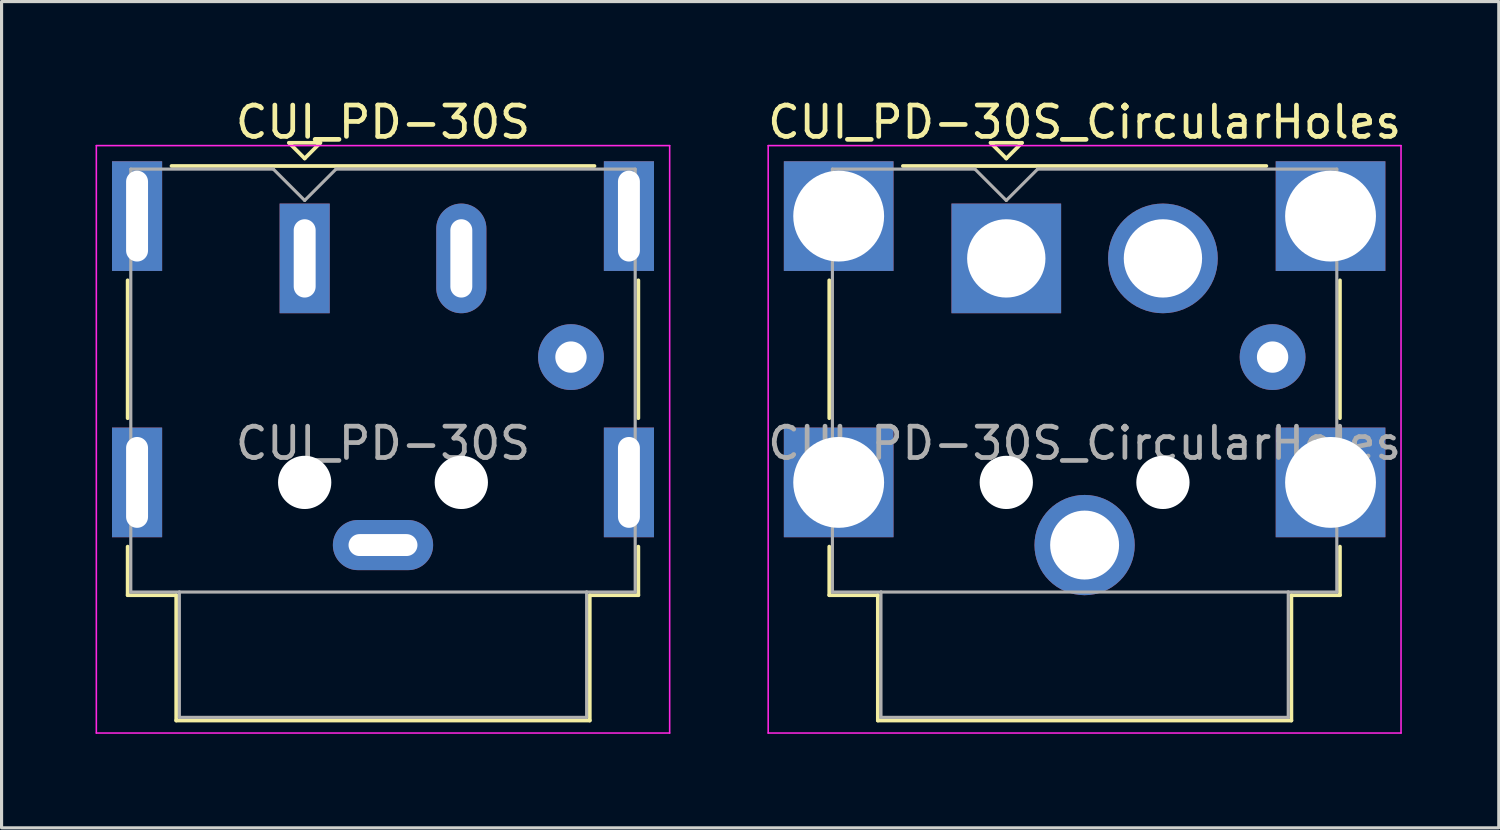
<source format=kicad_pcb>
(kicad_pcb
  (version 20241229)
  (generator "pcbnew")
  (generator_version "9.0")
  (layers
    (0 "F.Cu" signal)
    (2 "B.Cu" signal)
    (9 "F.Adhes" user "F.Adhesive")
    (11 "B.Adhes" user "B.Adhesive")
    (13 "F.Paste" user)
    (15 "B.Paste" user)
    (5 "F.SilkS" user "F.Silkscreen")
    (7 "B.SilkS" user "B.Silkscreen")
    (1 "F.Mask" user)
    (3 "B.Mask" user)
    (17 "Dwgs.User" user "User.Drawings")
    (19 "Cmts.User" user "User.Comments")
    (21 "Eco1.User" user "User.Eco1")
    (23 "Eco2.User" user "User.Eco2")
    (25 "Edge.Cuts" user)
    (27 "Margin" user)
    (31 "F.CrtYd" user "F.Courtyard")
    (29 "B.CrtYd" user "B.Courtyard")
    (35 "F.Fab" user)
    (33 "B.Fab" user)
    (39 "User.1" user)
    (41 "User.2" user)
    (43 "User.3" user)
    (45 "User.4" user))
  (footprint "CUI_PD-30S"
    (layer "F.Cu")
    (at 6.675 5.198)
    (property "Reference" "CUI_PD-30S" (at 2.5 -4.35 0) (layer "F.SilkS") (effects (font (size 1 1) (thickness 0.15))))
    (attr through_hole)
    (fp_line (start -5.65 5.1) (end -5.65 0.7) (stroke (width 0.12) (type solid)) (layer "F.SilkS"))
    (fp_line (start -5.65 10.75) (end -5.65 9.2) (stroke (width 0.12) (type solid)) (layer "F.SilkS"))
    (fp_line (start -4.25 -2.95) (end 9.25 -2.95) (stroke (width 0.12) (type solid)) (layer "F.SilkS"))
    (fp_line (start -4.1 10.75) (end -5.65 10.75) (stroke (width 0.12) (type solid)) (layer "F.SilkS"))
    (fp_line (start -4.1 14.75) (end -4.1 10.75) (stroke (width 0.12) (type solid)) (layer "F.SilkS"))
    (fp_line (start -0.5 -3.69) (end 0.5 -3.69) (stroke (width 0.12) (type solid)) (layer "F.SilkS"))
    (fp_line (start 0 -3.19) (end -0.5 -3.69) (stroke (width 0.12) (type solid)) (layer "F.SilkS"))
    (fp_line (start 0.5 -3.69) (end 0 -3.19) (stroke (width 0.12) (type solid)) (layer "F.SilkS"))
    (fp_line (start 9.1 10.75) (end 9.1 14.75) (stroke (width 0.12) (type solid)) (layer "F.SilkS"))
    (fp_line (start 9.1 14.75) (end -4.1 14.75) (stroke (width 0.12) (type solid)) (layer "F.SilkS"))
    (fp_line (start 10.65 0.7) (end 10.65 5.1) (stroke (width 0.12) (type solid)) (layer "F.SilkS"))
    (fp_line (start 10.65 9.2) (end 10.65 10.75) (stroke (width 0.12) (type solid)) (layer "F.SilkS"))
    (fp_line (start 10.65 10.75) (end 9.1 10.75) (stroke (width 0.12) (type solid)) (layer "F.SilkS"))
    (fp_line (start -6.65 -3.6) (end 11.65 -3.6) (stroke (width 0.05) (type solid)) (layer "F.CrtYd"))
    (fp_line (start -6.65 15.15) (end -6.65 -3.6) (stroke (width 0.05) (type solid)) (layer "F.CrtYd"))
    (fp_line (start 11.65 -3.6) (end 11.65 15.15) (stroke (width 0.05) (type solid)) (layer "F.CrtYd"))
    (fp_line (start 11.65 15.15) (end -6.65 15.15) (stroke (width 0.05) (type solid)) (layer "F.CrtYd"))
    (fp_line (start -5.55 -2.85) (end -1 -2.85) (stroke (width 0.1) (type solid)) (layer "F.Fab"))
    (fp_line (start -5.55 10.65) (end -5.55 -2.85) (stroke (width 0.1) (type solid)) (layer "F.Fab"))
    (fp_line (start -4 10.65) (end -5.55 10.65) (stroke (width 0.1) (type solid)) (layer "F.Fab"))
    (fp_line (start -4 10.65) (end 9 10.65) (stroke (width 0.1) (type solid)) (layer "F.Fab"))
    (fp_line (start -4 14.65) (end -4 10.65) (stroke (width 0.1) (type solid)) (layer "F.Fab"))
    (fp_line (start -1 -2.85) (end 0 -1.85) (stroke (width 0.1) (type solid)) (layer "F.Fab"))
    (fp_line (start 0 -1.85) (end 1 -2.85) (stroke (width 0.1) (type solid)) (layer "F.Fab"))
    (fp_line (start 1 -2.85) (end 10.55 -2.85) (stroke (width 0.1) (type solid)) (layer "F.Fab"))
    (fp_line (start 9 10.65) (end 9 14.65) (stroke (width 0.1) (type solid)) (layer "F.Fab"))
    (fp_line (start 9 14.65) (end -4 14.65) (stroke (width 0.1) (type solid)) (layer "F.Fab"))
    (fp_line (start 10.55 -2.85) (end 10.55 10.65) (stroke (width 0.1) (type solid)) (layer "F.Fab"))
    (fp_line (start 10.55 10.65) (end 9 10.65) (stroke (width 0.1) (type solid)) (layer "F.Fab"))
    (fp_text user "${REFERENCE}" (at 2.5 5.9 0) (layer "F.Fab") (effects (font (size 1 1) (thickness 0.15))))
    (pad "" np_thru_hole circle (at 0 7.15) (size 1.7 1.7) (drill 1.7) (layers "*.Cu" "*.Mask"))
    (pad "" np_thru_hole circle (at 5 7.15) (size 1.7 1.7) (drill 1.7) (layers "*.Cu" "*.Mask"))
    (pad "1" thru_hole rect (at 0 0) (size 1.6 3.5) (drill oval 0.7 2.5) (layers "*.Cu" "*.Mask"))
    (pad "2" thru_hole oval (at 5 0) (size 1.6 3.5) (drill oval 0.7 2.5) (layers "*.Cu" "*.Mask"))
    (pad "3" thru_hole circle (at 8.5 3.15) (size 2.1 2.1) (drill 1) (layers "*.Cu" "*.Mask"))
    (pad "4" thru_hole oval (at 2.5 9.15) (size 3.2 1.6) (drill oval 2.2 0.7) (layers "*.Cu" "*.Mask"))
    (pad "SH" thru_hole rect (at -5.35 -1.35) (size 1.6 3.5) (drill oval 0.7 2.9) (layers "*.Cu" "*.Mask"))
    (pad "SH" thru_hole rect (at -5.35 7.15) (size 1.6 3.5) (drill oval 0.7 2.9) (layers "*.Cu" "*.Mask"))
    (pad "SH" thru_hole rect (at 10.35 -1.35) (size 1.6 3.5) (drill oval 0.7 2.9) (layers "*.Cu" "*.Mask"))
    (pad "SH" thru_hole rect (at 10.35 7.15) (size 1.6 3.5) (drill oval 0.7 2.9) (layers "*.Cu" "*.Mask")))
  (footprint "CUI_PD-30S_CircularHoles"
    (layer "F.Cu")
    (at 29.07 5.198)
    (property "Reference" "CUI_PD-30S_CircularHoles" (at 2.5 -4.35 0) (layer "F.SilkS") (effects (font (size 1 1) (thickness 0.15))))
    (attr through_hole)
    (fp_line (start -5.65 5.1) (end -5.65 0.7) (stroke (width 0.12) (type solid)) (layer "F.SilkS"))
    (fp_line (start -5.65 10.75) (end -5.65 9.2) (stroke (width 0.12) (type solid)) (layer "F.SilkS"))
    (fp_line (start -4.1 10.75) (end -5.65 10.75) (stroke (width 0.12) (type solid)) (layer "F.SilkS"))
    (fp_line (start -4.1 14.75) (end -4.1 10.75) (stroke (width 0.12) (type solid)) (layer "F.SilkS"))
    (fp_line (start -3.3 -2.95) (end 8.3 -2.95) (stroke (width 0.12) (type solid)) (layer "F.SilkS"))
    (fp_line (start -0.5 -3.69) (end 0.5 -3.69) (stroke (width 0.12) (type solid)) (layer "F.SilkS"))
    (fp_line (start 0 -3.19) (end -0.5 -3.69) (stroke (width 0.12) (type solid)) (layer "F.SilkS"))
    (fp_line (start 0.5 -3.69) (end 0 -3.19) (stroke (width 0.12) (type solid)) (layer "F.SilkS"))
    (fp_line (start 9.1 10.75) (end 9.1 14.75) (stroke (width 0.12) (type solid)) (layer "F.SilkS"))
    (fp_line (start 9.1 14.75) (end -4.1 14.75) (stroke (width 0.12) (type solid)) (layer "F.SilkS"))
    (fp_line (start 10.65 0.7) (end 10.65 5.1) (stroke (width 0.12) (type solid)) (layer "F.SilkS"))
    (fp_line (start 10.65 9.2) (end 10.65 10.75) (stroke (width 0.12) (type solid)) (layer "F.SilkS"))
    (fp_line (start 10.65 10.75) (end 9.1 10.75) (stroke (width 0.12) (type solid)) (layer "F.SilkS"))
    (fp_line (start -7.6 -3.6) (end 12.6 -3.6) (stroke (width 0.05) (type solid)) (layer "F.CrtYd"))
    (fp_line (start -7.6 15.15) (end -7.6 -3.6) (stroke (width 0.05) (type solid)) (layer "F.CrtYd"))
    (fp_line (start 12.6 -3.6) (end 12.6 15.15) (stroke (width 0.05) (type solid)) (layer "F.CrtYd"))
    (fp_line (start 12.6 15.15) (end -7.6 15.15) (stroke (width 0.05) (type solid)) (layer "F.CrtYd"))
    (fp_line (start -5.55 -2.85) (end -1 -2.85) (stroke (width 0.1) (type solid)) (layer "F.Fab"))
    (fp_line (start -5.55 10.65) (end -5.55 -2.85) (stroke (width 0.1) (type solid)) (layer "F.Fab"))
    (fp_line (start -4 10.65) (end -5.55 10.65) (stroke (width 0.1) (type solid)) (layer "F.Fab"))
    (fp_line (start -4 10.65) (end 9 10.65) (stroke (width 0.1) (type solid)) (layer "F.Fab"))
    (fp_line (start -4 14.65) (end -4 10.65) (stroke (width 0.1) (type solid)) (layer "F.Fab"))
    (fp_line (start -1 -2.85) (end 0 -1.85) (stroke (width 0.1) (type solid)) (layer "F.Fab"))
    (fp_line (start 0 -1.85) (end 1 -2.85) (stroke (width 0.1) (type solid)) (layer "F.Fab"))
    (fp_line (start 1 -2.85) (end 10.55 -2.85) (stroke (width 0.1) (type solid)) (layer "F.Fab"))
    (fp_line (start 9 10.65) (end 9 14.65) (stroke (width 0.1) (type solid)) (layer "F.Fab"))
    (fp_line (start 9 14.65) (end -4 14.65) (stroke (width 0.1) (type solid)) (layer "F.Fab"))
    (fp_line (start 10.55 -2.85) (end 10.55 10.65) (stroke (width 0.1) (type solid)) (layer "F.Fab"))
    (fp_line (start 10.55 10.65) (end 9 10.65) (stroke (width 0.1) (type solid)) (layer "F.Fab"))
    (fp_text user "${REFERENCE}" (at 2.5 5.9 0) (layer "F.Fab") (effects (font (size 1 1) (thickness 0.15))))
    (pad "" np_thru_hole circle (at 0 7.15) (size 1.7 1.7) (drill 1.7) (layers "*.Cu" "*.Mask"))
    (pad "" np_thru_hole circle (at 5 7.15) (size 1.7 1.7) (drill 1.7) (layers "*.Cu" "*.Mask"))
    (pad "1" thru_hole rect (at 0 0) (size 3.5 3.5) (drill 2.5) (layers "*.Cu" "*.Mask"))
    (pad "2" thru_hole circle (at 5 0) (size 3.5 3.5) (drill 2.5) (layers "*.Cu" "*.Mask"))
    (pad "3" thru_hole circle (at 8.5 3.15) (size 2.1 2.1) (drill 1) (layers "*.Cu" "*.Mask"))
    (pad "4" thru_hole circle (at 2.5 9.15) (size 3.2 3.2) (drill 2.2) (layers "*.Cu" "*.Mask"))
    (pad "SH" thru_hole rect (at -5.35 -1.35) (size 3.5 3.5) (drill 2.9) (layers "*.Cu" "*.Mask"))
    (pad "SH" thru_hole rect (at -5.35 7.15) (size 3.5 3.5) (drill 2.9) (layers "*.Cu" "*.Mask"))
    (pad "SH" thru_hole rect (at 10.35 -1.35) (size 3.5 3.5) (drill 2.9) (layers "*.Cu" "*.Mask"))
    (pad "SH" thru_hole rect (at 10.35 7.15) (size 3.5 3.5) (drill 2.9) (layers "*.Cu" "*.Mask")))
  (gr_rect
    (start -3 -3)
    (end 44.79 23.373)
    (stroke (width 0.1) (type default))
    (fill no)
    (layer "Edge.Cuts")))
</source>
